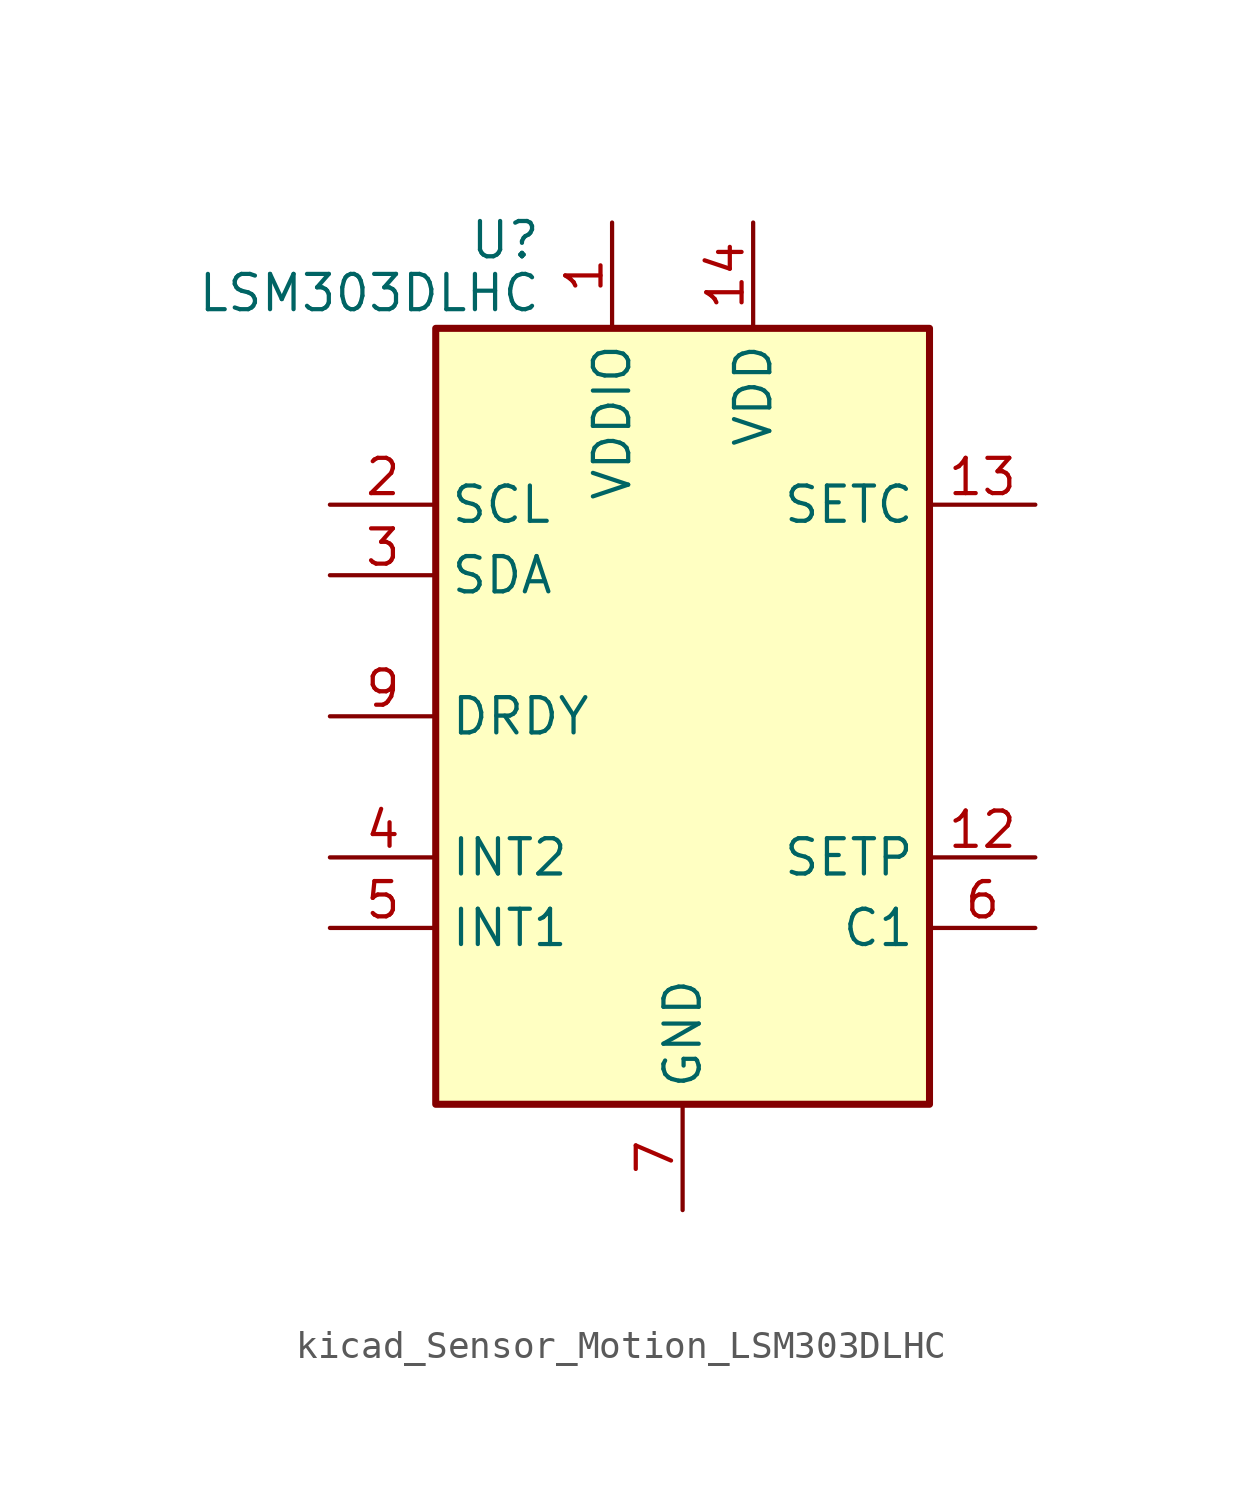
<source format=kicad_sym>
(kicad_symbol_lib
  (version 20220914)
  (generator kicad_symbol_editor)
  (symbol "kicad_Sensor_Motion_LSM303DLHC"
    (property "Reference" "U"
      (at -5.08 17.145 0)
      (effects (font (size 1.27 1.27)) (justify right)))
    (property "Value" "LSM303DLHC"
      (at -5.08 15.24 0)
      (effects (font (size 1.27 1.27)) (justify right)))
    (symbol "kicad_Sensor_Motion_LSM303DLHC_0_1"
      (rectangle (start -8.89 13.97) (end 8.89 -13.97) (stroke (width 0.254) (type default)) (fill (type background))))
    (symbol "kicad_Sensor_Motion_LSM303DLHC_1_1"
      (pin power_in line (at -2.54 17.78 270) (length 3.81) (name "VDDIO" (effects (font (size 1.27 1.27)))) (number "1" (effects (font (size 1.27 1.27)))))
      (pin passive line (at 0 -17.78 90) (length 3.81) hide (name "GND" (effects (font (size 1.27 1.27)))) (number "10" (effects (font (size 1.27 1.27)))))
      (pin passive line (at 0 -17.78 90) (length 3.81) hide (name "GND" (effects (font (size 1.27 1.27)))) (number "11" (effects (font (size 1.27 1.27)))))
      (pin passive line (at 12.7 -5.08 180) (length 3.81) (name "SETP" (effects (font (size 1.27 1.27)))) (number "12" (effects (font (size 1.27 1.27)))))
      (pin passive line (at 12.7 7.62 180) (length 3.81) (name "SETC" (effects (font (size 1.27 1.27)))) (number "13" (effects (font (size 1.27 1.27)))))
      (pin power_in line (at 2.54 17.78 270) (length 3.81) (name "VDD" (effects (font (size 1.27 1.27)))) (number "14" (effects (font (size 1.27 1.27)))))
      (pin input line (at -12.7 7.62 0) (length 3.81) (name "SCL" (effects (font (size 1.27 1.27)))) (number "2" (effects (font (size 1.27 1.27)))))
      (pin bidirectional line (at -12.7 5.08 0) (length 3.81) (name "SDA" (effects (font (size 1.27 1.27)))) (number "3" (effects (font (size 1.27 1.27)))))
      (pin output line (at -12.7 -5.08 0) (length 3.81) (name "INT2" (effects (font (size 1.27 1.27)))) (number "4" (effects (font (size 1.27 1.27)))))
      (pin output line (at -12.7 -7.62 0) (length 3.81) (name "INT1" (effects (font (size 1.27 1.27)))) (number "5" (effects (font (size 1.27 1.27)))))
      (pin passive line (at 12.7 -7.62 180) (length 3.81) (name "C1" (effects (font (size 1.27 1.27)))) (number "6" (effects (font (size 1.27 1.27)))))
      (pin power_in line (at 0 -17.78 90) (length 3.81) (name "GND" (effects (font (size 1.27 1.27)))) (number "7" (effects (font (size 1.27 1.27)))))
      (pin no_connect line (at 7.62 -2.54 180) (length 3.81) hide (name "NC" (effects (font (size 1.27 1.27)))) (number "8" (effects (font (size 1.27 1.27)))))
      (pin output line (at -12.7 0 0) (length 3.81) (name "DRDY" (effects (font (size 1.27 1.27)))) (number "9" (effects (font (size 1.27 1.27))))))))
</source>
